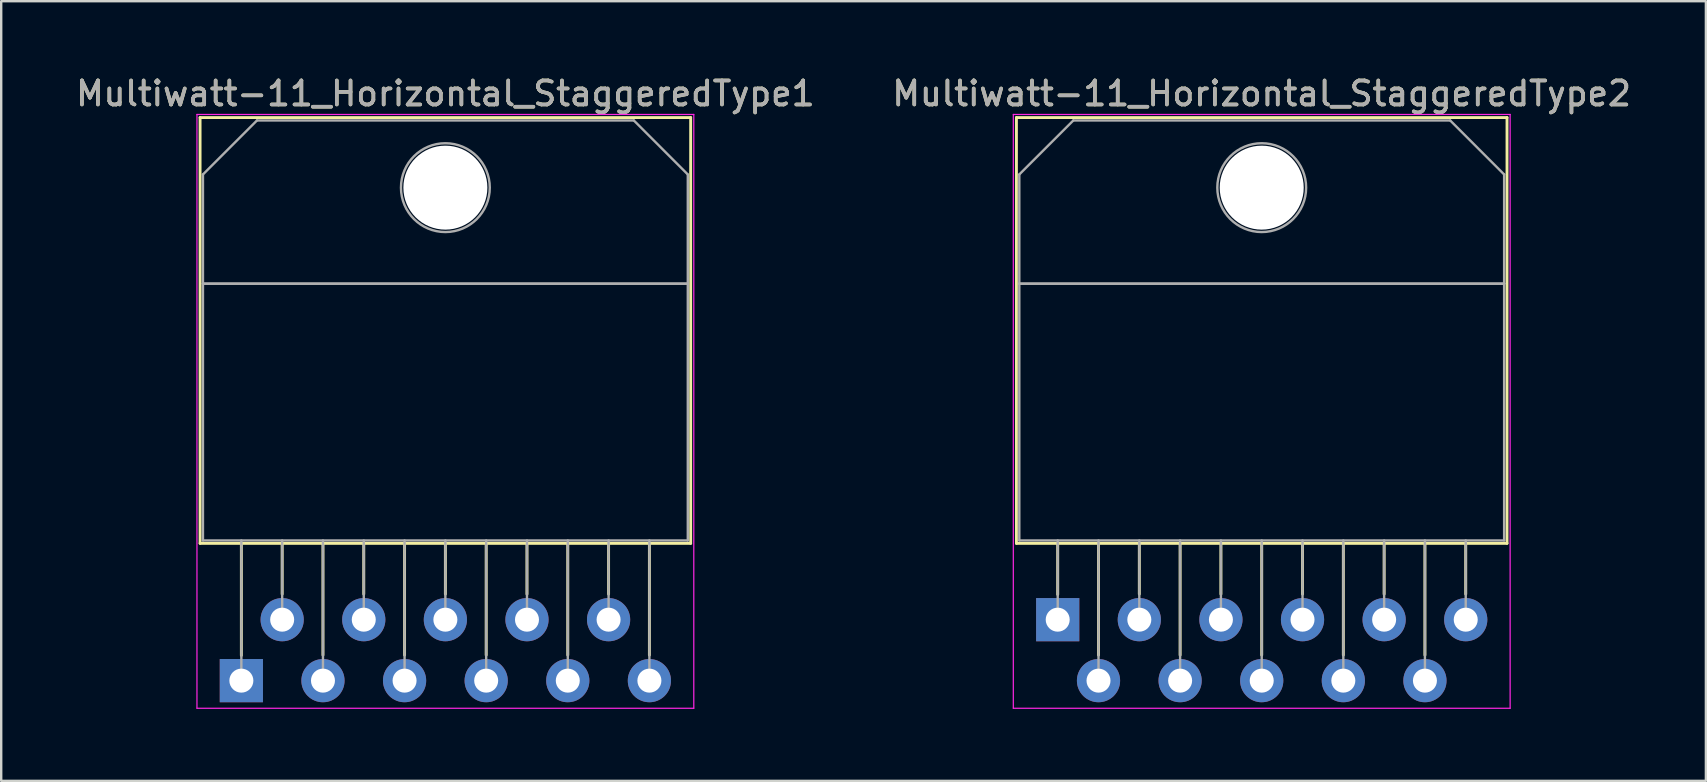
<source format=kicad_pcb>
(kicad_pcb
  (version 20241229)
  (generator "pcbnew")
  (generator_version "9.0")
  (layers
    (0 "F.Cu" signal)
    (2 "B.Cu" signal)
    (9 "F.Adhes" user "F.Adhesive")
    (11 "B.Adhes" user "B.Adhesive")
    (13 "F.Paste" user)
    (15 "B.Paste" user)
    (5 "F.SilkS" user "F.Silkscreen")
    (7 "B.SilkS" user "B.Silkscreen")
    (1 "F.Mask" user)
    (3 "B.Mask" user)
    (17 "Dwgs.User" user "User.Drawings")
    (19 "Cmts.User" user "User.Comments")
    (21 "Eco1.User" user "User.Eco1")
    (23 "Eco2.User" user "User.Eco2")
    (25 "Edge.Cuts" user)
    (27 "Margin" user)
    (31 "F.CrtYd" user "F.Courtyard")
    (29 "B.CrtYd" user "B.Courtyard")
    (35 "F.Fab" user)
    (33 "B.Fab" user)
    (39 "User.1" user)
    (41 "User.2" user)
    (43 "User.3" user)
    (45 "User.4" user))
  (footprint "Multiwatt-11_Horizontal_StaggeredType2"
    (layer "F.Cu")
    (at 41.018 22.768)
    (property "Reference" "Multiwatt-11_Horizontal_StaggeredType2" (at 8.5 -21.92 0) (layer "F.SilkS") (effects (font (size 1 1) (thickness 0.15))))
    (attr through_hole)
    (fp_line (start -1.72 -20.92) (end -1.72 -3.18) (stroke (width 0.12) (type solid)) (layer "F.SilkS"))
    (fp_line (start -1.72 -20.92) (end 18.72 -20.92) (stroke (width 0.12) (type solid)) (layer "F.SilkS"))
    (fp_line (start -1.72 -3.18) (end 18.72 -3.18) (stroke (width 0.12) (type solid)) (layer "F.SilkS"))
    (fp_line (start 0 -3.18) (end 0 -1.05) (stroke (width 0.12) (type solid)) (layer "F.SilkS"))
    (fp_line (start 1.7 -3.18) (end 1.7 1.475) (stroke (width 0.12) (type solid)) (layer "F.SilkS"))
    (fp_line (start 3.4 -3.18) (end 3.4 -1.066) (stroke (width 0.12) (type solid)) (layer "F.SilkS"))
    (fp_line (start 5.1 -3.18) (end 5.1 1.475) (stroke (width 0.12) (type solid)) (layer "F.SilkS"))
    (fp_line (start 6.8 -3.18) (end 6.8 -1.066) (stroke (width 0.12) (type solid)) (layer "F.SilkS"))
    (fp_line (start 8.5 -3.18) (end 8.5 1.475) (stroke (width 0.12) (type solid)) (layer "F.SilkS"))
    (fp_line (start 10.2 -3.18) (end 10.2 -1.066) (stroke (width 0.12) (type solid)) (layer "F.SilkS"))
    (fp_line (start 11.9 -3.18) (end 11.9 1.475) (stroke (width 0.12) (type solid)) (layer "F.SilkS"))
    (fp_line (start 13.6 -3.18) (end 13.6 -1.066) (stroke (width 0.12) (type solid)) (layer "F.SilkS"))
    (fp_line (start 15.3 -3.18) (end 15.3 1.475) (stroke (width 0.12) (type solid)) (layer "F.SilkS"))
    (fp_line (start 17 -3.18) (end 17 -1.066) (stroke (width 0.12) (type solid)) (layer "F.SilkS"))
    (fp_line (start 18.72 -20.92) (end 18.72 -3.18) (stroke (width 0.12) (type solid)) (layer "F.SilkS"))
    (fp_line (start -1.85 -21.05) (end -1.85 3.69) (stroke (width 0.05) (type solid)) (layer "F.CrtYd"))
    (fp_line (start -1.85 3.69) (end 18.85 3.69) (stroke (width 0.05) (type solid)) (layer "F.CrtYd"))
    (fp_line (start 18.85 -21.05) (end -1.85 -21.05) (stroke (width 0.05) (type solid)) (layer "F.CrtYd"))
    (fp_line (start 18.85 3.69) (end 18.85 -21.05) (stroke (width 0.05) (type solid)) (layer "F.CrtYd"))
    (fp_line (start -1.6 -18.55) (end 0.651 -20.8) (stroke (width 0.1) (type solid)) (layer "F.Fab"))
    (fp_line (start -1.6 -14) (end -1.6 -18.55) (stroke (width 0.1) (type solid)) (layer "F.Fab"))
    (fp_line (start -1.6 -14) (end 18.6 -14) (stroke (width 0.1) (type solid)) (layer "F.Fab"))
    (fp_line (start -1.6 -3.3) (end -1.6 -14) (stroke (width 0.1) (type solid)) (layer "F.Fab"))
    (fp_line (start 0 -3.3) (end 0 0) (stroke (width 0.1) (type solid)) (layer "F.Fab"))
    (fp_line (start 0.651 -20.8) (end 16.351 -20.8) (stroke (width 0.1) (type solid)) (layer "F.Fab"))
    (fp_line (start 1.7 -3.3) (end 1.7 2.54) (stroke (width 0.1) (type solid)) (layer "F.Fab"))
    (fp_line (start 3.4 -3.3) (end 3.4 0) (stroke (width 0.1) (type solid)) (layer "F.Fab"))
    (fp_line (start 5.1 -3.3) (end 5.1 2.54) (stroke (width 0.1) (type solid)) (layer "F.Fab"))
    (fp_line (start 6.8 -3.3) (end 6.8 0) (stroke (width 0.1) (type solid)) (layer "F.Fab"))
    (fp_line (start 8.5 -3.3) (end 8.5 2.54) (stroke (width 0.1) (type solid)) (layer "F.Fab"))
    (fp_line (start 10.2 -3.3) (end 10.2 0) (stroke (width 0.1) (type solid)) (layer "F.Fab"))
    (fp_line (start 11.9 -3.3) (end 11.9 2.54) (stroke (width 0.1) (type solid)) (layer "F.Fab"))
    (fp_line (start 13.6 -3.3) (end 13.6 0) (stroke (width 0.1) (type solid)) (layer "F.Fab"))
    (fp_line (start 15.3 -3.3) (end 15.3 2.54) (stroke (width 0.1) (type solid)) (layer "F.Fab"))
    (fp_line (start 16.351 -20.8) (end 18.6 -18.55) (stroke (width 0.1) (type solid)) (layer "F.Fab"))
    (fp_line (start 17 -3.3) (end 17 0) (stroke (width 0.1) (type solid)) (layer "F.Fab"))
    (fp_line (start 18.6 -18.55) (end 18.6 -14) (stroke (width 0.1) (type solid)) (layer "F.Fab"))
    (fp_line (start 18.6 -14) (end -1.6 -14) (stroke (width 0.1) (type solid)) (layer "F.Fab"))
    (fp_line (start 18.6 -14) (end 18.6 -3.3) (stroke (width 0.1) (type solid)) (layer "F.Fab"))
    (fp_line (start 18.6 -3.3) (end -1.6 -3.3) (stroke (width 0.1) (type solid)) (layer "F.Fab"))
    (fp_circle (center 8.5 -18) (end 10.35 -18) (stroke (width 0.1) (type solid)) (fill no) (layer "F.Fab"))
    (fp_text user "${REFERENCE}" (at 8.5 -21.92 0) (layer "F.Fab") (effects (font (size 1 1) (thickness 0.15))))
    (pad "" np_thru_hole oval (at 8.5 -18) (size 3.5 3.5) (drill 3.5) (layers "*.Cu" "*.Mask"))
    (pad "1" thru_hole rect (at 0 0) (size 1.8 1.8) (drill 1) (layers "*.Cu" "*.Mask"))
    (pad "2" thru_hole oval (at 1.7 2.54) (size 1.8 1.8) (drill 1) (layers "*.Cu" "*.Mask"))
    (pad "3" thru_hole oval (at 3.4 0) (size 1.8 1.8) (drill 1) (layers "*.Cu" "*.Mask"))
    (pad "4" thru_hole oval (at 5.1 2.54) (size 1.8 1.8) (drill 1) (layers "*.Cu" "*.Mask"))
    (pad "5" thru_hole oval (at 6.8 0) (size 1.8 1.8) (drill 1) (layers "*.Cu" "*.Mask"))
    (pad "6" thru_hole oval (at 8.5 2.54) (size 1.8 1.8) (drill 1) (layers "*.Cu" "*.Mask"))
    (pad "7" thru_hole oval (at 10.2 0) (size 1.8 1.8) (drill 1) (layers "*.Cu" "*.Mask"))
    (pad "8" thru_hole oval (at 11.9 2.54) (size 1.8 1.8) (drill 1) (layers "*.Cu" "*.Mask"))
    (pad "9" thru_hole oval (at 13.6 0) (size 1.8 1.8) (drill 1) (layers "*.Cu" "*.Mask"))
    (pad "10" thru_hole oval (at 15.3 2.54) (size 1.8 1.8) (drill 1) (layers "*.Cu" "*.Mask"))
    (pad "11" thru_hole oval (at 17 0) (size 1.8 1.8) (drill 1) (layers "*.Cu" "*.Mask")))
  (footprint "Multiwatt-11_Horizontal_StaggeredType1"
    (layer "F.Cu")
    (at 7.006 25.308)
    (property "Reference" "Multiwatt-11_Horizontal_StaggeredType1" (at 8.5 -24.46 0) (layer "F.SilkS") (effects (font (size 1 1) (thickness 0.15))))
    (attr through_hole)
    (fp_line (start -1.72 -23.46) (end -1.72 -5.72) (stroke (width 0.12) (type solid)) (layer "F.SilkS"))
    (fp_line (start -1.72 -23.46) (end 18.72 -23.46) (stroke (width 0.12) (type solid)) (layer "F.SilkS"))
    (fp_line (start -1.72 -5.72) (end 18.72 -5.72) (stroke (width 0.12) (type solid)) (layer "F.SilkS"))
    (fp_line (start 0 -5.72) (end 0 -1.05) (stroke (width 0.12) (type solid)) (layer "F.SilkS"))
    (fp_line (start 1.7 -5.72) (end 1.7 -3.606) (stroke (width 0.12) (type solid)) (layer "F.SilkS"))
    (fp_line (start 3.4 -5.72) (end 3.4 -1.065) (stroke (width 0.12) (type solid)) (layer "F.SilkS"))
    (fp_line (start 5.1 -5.72) (end 5.1 -3.606) (stroke (width 0.12) (type solid)) (layer "F.SilkS"))
    (fp_line (start 6.8 -5.72) (end 6.8 -1.065) (stroke (width 0.12) (type solid)) (layer "F.SilkS"))
    (fp_line (start 8.5 -5.72) (end 8.5 -3.606) (stroke (width 0.12) (type solid)) (layer "F.SilkS"))
    (fp_line (start 10.2 -5.72) (end 10.2 -1.065) (stroke (width 0.12) (type solid)) (layer "F.SilkS"))
    (fp_line (start 11.9 -5.72) (end 11.9 -3.606) (stroke (width 0.12) (type solid)) (layer "F.SilkS"))
    (fp_line (start 13.6 -5.72) (end 13.6 -1.065) (stroke (width 0.12) (type solid)) (layer "F.SilkS"))
    (fp_line (start 15.3 -5.72) (end 15.3 -3.606) (stroke (width 0.12) (type solid)) (layer "F.SilkS"))
    (fp_line (start 17 -5.72) (end 17 -1.065) (stroke (width 0.12) (type solid)) (layer "F.SilkS"))
    (fp_line (start 18.72 -23.46) (end 18.72 -5.72) (stroke (width 0.12) (type solid)) (layer "F.SilkS"))
    (fp_line (start -1.85 -23.59) (end -1.85 1.15) (stroke (width 0.05) (type solid)) (layer "F.CrtYd"))
    (fp_line (start -1.85 1.15) (end 18.85 1.15) (stroke (width 0.05) (type solid)) (layer "F.CrtYd"))
    (fp_line (start 18.85 -23.59) (end -1.85 -23.59) (stroke (width 0.05) (type solid)) (layer "F.CrtYd"))
    (fp_line (start 18.85 1.15) (end 18.85 -23.59) (stroke (width 0.05) (type solid)) (layer "F.CrtYd"))
    (fp_line (start -1.6 -21.09) (end 0.651 -23.34) (stroke (width 0.1) (type solid)) (layer "F.Fab"))
    (fp_line (start -1.6 -16.54) (end -1.6 -21.09) (stroke (width 0.1) (type solid)) (layer "F.Fab"))
    (fp_line (start -1.6 -16.54) (end 18.6 -16.54) (stroke (width 0.1) (type solid)) (layer "F.Fab"))
    (fp_line (start -1.6 -5.84) (end -1.6 -16.54) (stroke (width 0.1) (type solid)) (layer "F.Fab"))
    (fp_line (start 0 -5.84) (end 0 0) (stroke (width 0.1) (type solid)) (layer "F.Fab"))
    (fp_line (start 0.651 -23.34) (end 16.351 -23.34) (stroke (width 0.1) (type solid)) (layer "F.Fab"))
    (fp_line (start 1.7 -5.84) (end 1.7 -2.54) (stroke (width 0.1) (type solid)) (layer "F.Fab"))
    (fp_line (start 3.4 -5.84) (end 3.4 0) (stroke (width 0.1) (type solid)) (layer "F.Fab"))
    (fp_line (start 5.1 -5.84) (end 5.1 -2.54) (stroke (width 0.1) (type solid)) (layer "F.Fab"))
    (fp_line (start 6.8 -5.84) (end 6.8 0) (stroke (width 0.1) (type solid)) (layer "F.Fab"))
    (fp_line (start 8.5 -5.84) (end 8.5 -2.54) (stroke (width 0.1) (type solid)) (layer "F.Fab"))
    (fp_line (start 10.2 -5.84) (end 10.2 0) (stroke (width 0.1) (type solid)) (layer "F.Fab"))
    (fp_line (start 11.9 -5.84) (end 11.9 -2.54) (stroke (width 0.1) (type solid)) (layer "F.Fab"))
    (fp_line (start 13.6 -5.84) (end 13.6 0) (stroke (width 0.1) (type solid)) (layer "F.Fab"))
    (fp_line (start 15.3 -5.84) (end 15.3 -2.54) (stroke (width 0.1) (type solid)) (layer "F.Fab"))
    (fp_line (start 16.351 -23.34) (end 18.6 -21.09) (stroke (width 0.1) (type solid)) (layer "F.Fab"))
    (fp_line (start 17 -5.84) (end 17 0) (stroke (width 0.1) (type solid)) (layer "F.Fab"))
    (fp_line (start 18.6 -21.09) (end 18.6 -16.54) (stroke (width 0.1) (type solid)) (layer "F.Fab"))
    (fp_line (start 18.6 -16.54) (end -1.6 -16.54) (stroke (width 0.1) (type solid)) (layer "F.Fab"))
    (fp_line (start 18.6 -16.54) (end 18.6 -5.84) (stroke (width 0.1) (type solid)) (layer "F.Fab"))
    (fp_line (start 18.6 -5.84) (end -1.6 -5.84) (stroke (width 0.1) (type solid)) (layer "F.Fab"))
    (fp_circle (center 8.5 -20.54) (end 10.35 -20.54) (stroke (width 0.1) (type solid)) (fill no) (layer "F.Fab"))
    (fp_text user "${REFERENCE}" (at 8.5 -24.46 0) (layer "F.Fab") (effects (font (size 1 1) (thickness 0.15))))
    (pad "" np_thru_hole oval (at 8.5 -20.54) (size 3.5 3.5) (drill 3.5) (layers "*.Cu" "*.Mask"))
    (pad "1" thru_hole rect (at 0 0) (size 1.8 1.8) (drill 1) (layers "*.Cu" "*.Mask"))
    (pad "2" thru_hole oval (at 1.7 -2.54) (size 1.8 1.8) (drill 1) (layers "*.Cu" "*.Mask"))
    (pad "3" thru_hole oval (at 3.4 0) (size 1.8 1.8) (drill 1) (layers "*.Cu" "*.Mask"))
    (pad "4" thru_hole oval (at 5.1 -2.54) (size 1.8 1.8) (drill 1) (layers "*.Cu" "*.Mask"))
    (pad "5" thru_hole oval (at 6.8 0) (size 1.8 1.8) (drill 1) (layers "*.Cu" "*.Mask"))
    (pad "6" thru_hole oval (at 8.5 -2.54) (size 1.8 1.8) (drill 1) (layers "*.Cu" "*.Mask"))
    (pad "7" thru_hole oval (at 10.2 0) (size 1.8 1.8) (drill 1) (layers "*.Cu" "*.Mask"))
    (pad "8" thru_hole oval (at 11.9 -2.54) (size 1.8 1.8) (drill 1) (layers "*.Cu" "*.Mask"))
    (pad "9" thru_hole oval (at 13.6 0) (size 1.8 1.8) (drill 1) (layers "*.Cu" "*.Mask"))
    (pad "10" thru_hole oval (at 15.3 -2.54) (size 1.8 1.8) (drill 1) (layers "*.Cu" "*.Mask"))
    (pad "11" thru_hole oval (at 17 0) (size 1.8 1.8) (drill 1) (layers "*.Cu" "*.Mask")))
  (gr_rect
    (start -3 -3)
    (end 68.024 29.483)
    (stroke (width 0.1) (type default))
    (fill no)
    (layer "Edge.Cuts")))
</source>
